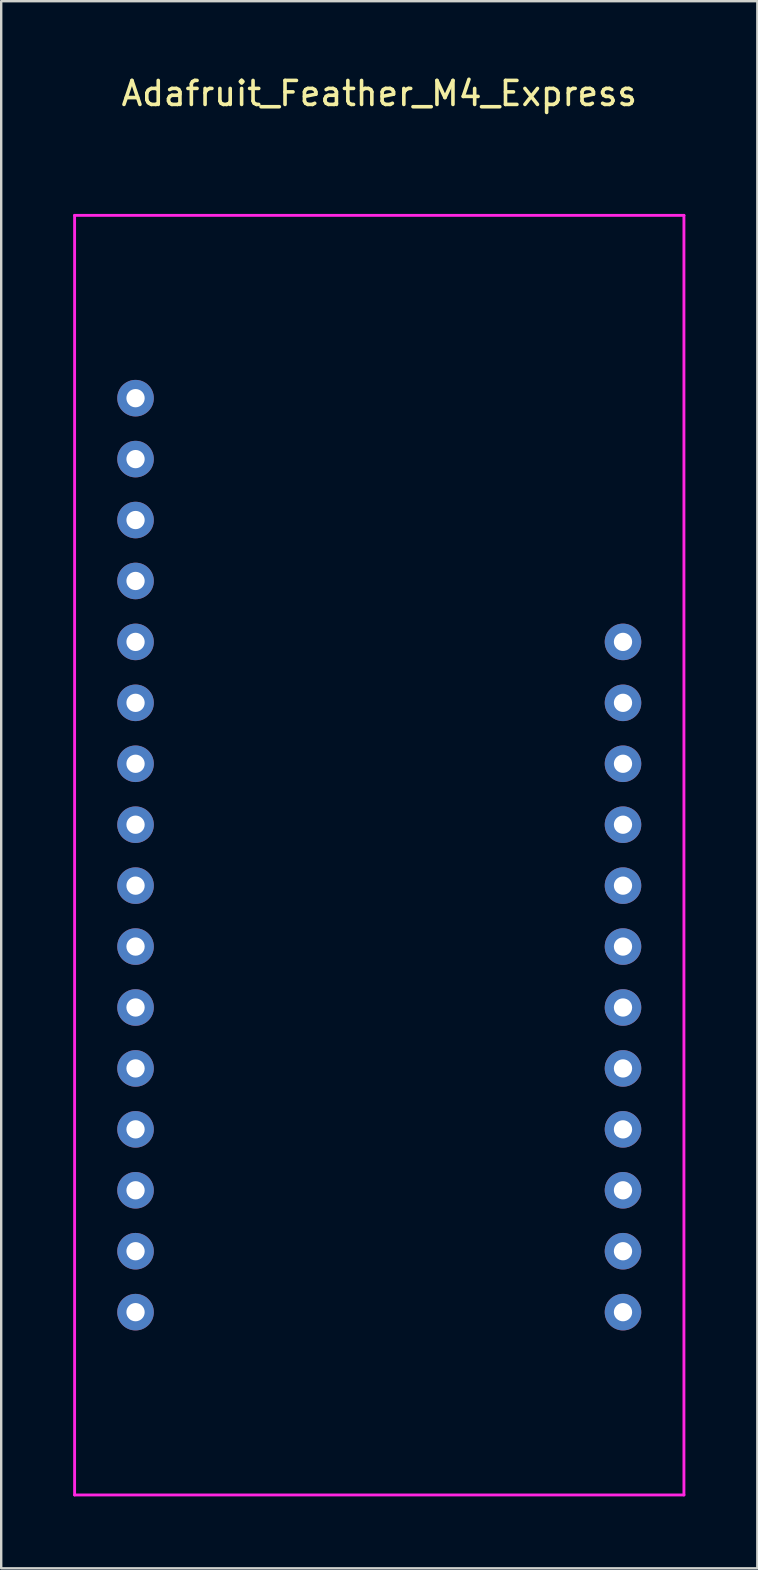
<source format=kicad_pcb>
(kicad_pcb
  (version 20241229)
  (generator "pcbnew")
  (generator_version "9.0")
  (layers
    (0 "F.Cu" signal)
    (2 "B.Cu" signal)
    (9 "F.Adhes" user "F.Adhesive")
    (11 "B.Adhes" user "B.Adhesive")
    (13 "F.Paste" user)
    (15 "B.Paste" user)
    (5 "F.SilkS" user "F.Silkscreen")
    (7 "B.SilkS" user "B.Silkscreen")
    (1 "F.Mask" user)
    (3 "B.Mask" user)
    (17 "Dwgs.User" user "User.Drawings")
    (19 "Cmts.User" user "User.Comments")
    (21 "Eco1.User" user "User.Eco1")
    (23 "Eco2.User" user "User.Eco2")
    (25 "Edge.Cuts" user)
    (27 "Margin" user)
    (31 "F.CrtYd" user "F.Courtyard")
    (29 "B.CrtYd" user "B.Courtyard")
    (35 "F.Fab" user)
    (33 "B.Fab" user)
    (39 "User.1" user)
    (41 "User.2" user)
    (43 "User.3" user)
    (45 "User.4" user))
  (footprint "Adafruit_Feather_M4_Express"
    (layer "F.Cu")
    (at 12.76 32.598)
    (property "Reference" "Adafruit_Feather_M4_Express" (at 0 -31.75 0) (layer "F.SilkS") (effects (font (size 1 1) (thickness 0.15))))
    (attr through_hole)
    (fp_line (start -12.7 -26.67) (end 12.7 -26.67) (stroke (width 0.12) (type solid)) (layer "F.CrtYd"))
    (fp_line (start -12.7 26.67) (end -12.7 -26.67) (stroke (width 0.12) (type solid)) (layer "F.CrtYd"))
    (fp_line (start 12.7 -26.67) (end 12.7 26.67) (stroke (width 0.12) (type solid)) (layer "F.CrtYd"))
    (fp_line (start 12.7 26.67) (end -12.7 26.67) (stroke (width 0.12) (type solid)) (layer "F.CrtYd"))
    (pad "1" thru_hole circle (at -10.16 -19.05) (size 1.524 1.524) (drill 0.762) (layers "*.Cu" "*.Mask"))
    (pad "2" thru_hole circle (at -10.16 -16.51) (size 1.524 1.524) (drill 0.762) (layers "*.Cu" "*.Mask"))
    (pad "3" thru_hole circle (at -10.16 -13.97) (size 1.524 1.524) (drill 0.762) (layers "*.Cu" "*.Mask"))
    (pad "4" thru_hole circle (at -10.16 -11.43) (size 1.524 1.524) (drill 0.762) (layers "*.Cu" "*.Mask"))
    (pad "5" thru_hole circle (at -10.16 -8.89) (size 1.524 1.524) (drill 0.762) (layers "*.Cu" "*.Mask"))
    (pad "6" thru_hole circle (at -10.16 -6.35) (size 1.524 1.524) (drill 0.762) (layers "*.Cu" "*.Mask"))
    (pad "7" thru_hole circle (at -10.16 -3.81) (size 1.524 1.524) (drill 0.762) (layers "*.Cu" "*.Mask"))
    (pad "8" thru_hole circle (at -10.16 -1.27) (size 1.524 1.524) (drill 0.762) (layers "*.Cu" "*.Mask"))
    (pad "9" thru_hole circle (at -10.16 1.27) (size 1.524 1.524) (drill 0.762) (layers "*.Cu" "*.Mask"))
    (pad "10" thru_hole circle (at -10.16 3.81) (size 1.524 1.524) (drill 0.762) (layers "*.Cu" "*.Mask"))
    (pad "11" thru_hole circle (at -10.16 6.35) (size 1.524 1.524) (drill 0.762) (layers "*.Cu" "*.Mask"))
    (pad "12" thru_hole circle (at -10.16 8.89) (size 1.524 1.524) (drill 0.762) (layers "*.Cu" "*.Mask"))
    (pad "13" thru_hole circle (at -10.16 11.43) (size 1.524 1.524) (drill 0.762) (layers "*.Cu" "*.Mask"))
    (pad "14" thru_hole circle (at -10.16 13.97) (size 1.524 1.524) (drill 0.762) (layers "*.Cu" "*.Mask"))
    (pad "15" thru_hole circle (at -10.16 16.51) (size 1.524 1.524) (drill 0.762) (layers "*.Cu" "*.Mask"))
    (pad "16" thru_hole circle (at -10.16 19.05) (size 1.524 1.524) (drill 0.762) (layers "*.Cu" "*.Mask"))
    (pad "17" thru_hole circle (at 10.16 -8.89) (size 1.524 1.524) (drill 0.762) (layers "*.Cu" "*.Mask"))
    (pad "18" thru_hole circle (at 10.16 -6.35) (size 1.524 1.524) (drill 0.762) (layers "*.Cu" "*.Mask"))
    (pad "19" thru_hole circle (at 10.16 -3.81) (size 1.524 1.524) (drill 0.762) (layers "*.Cu" "*.Mask"))
    (pad "20" thru_hole circle (at 10.16 -1.27) (size 1.524 1.524) (drill 0.762) (layers "*.Cu" "*.Mask"))
    (pad "21" thru_hole circle (at 10.16 1.27) (size 1.524 1.524) (drill 0.762) (layers "*.Cu" "*.Mask"))
    (pad "22" thru_hole circle (at 10.16 3.81) (size 1.524 1.524) (drill 0.762) (layers "*.Cu" "*.Mask"))
    (pad "23" thru_hole circle (at 10.16 6.35) (size 1.524 1.524) (drill 0.762) (layers "*.Cu" "*.Mask"))
    (pad "24" thru_hole circle (at 10.16 8.89) (size 1.524 1.524) (drill 0.762) (layers "*.Cu" "*.Mask"))
    (pad "25" thru_hole circle (at 10.16 11.43) (size 1.524 1.524) (drill 0.762) (layers "*.Cu" "*.Mask"))
    (pad "26" thru_hole circle (at 10.16 13.97) (size 1.524 1.524) (drill 0.762) (layers "*.Cu" "*.Mask"))
    (pad "27" thru_hole circle (at 10.16 16.51) (size 1.524 1.524) (drill 0.762) (layers "*.Cu" "*.Mask"))
    (pad "28" thru_hole circle (at 10.16 19.05) (size 1.524 1.524) (drill 0.762) (layers "*.Cu" "*.Mask")))
  (gr_rect
    (start -3 -3)
    (end 28.52 62.328)
    (stroke (width 0.1) (type default))
    (fill no)
    (layer "Edge.Cuts")))
</source>
